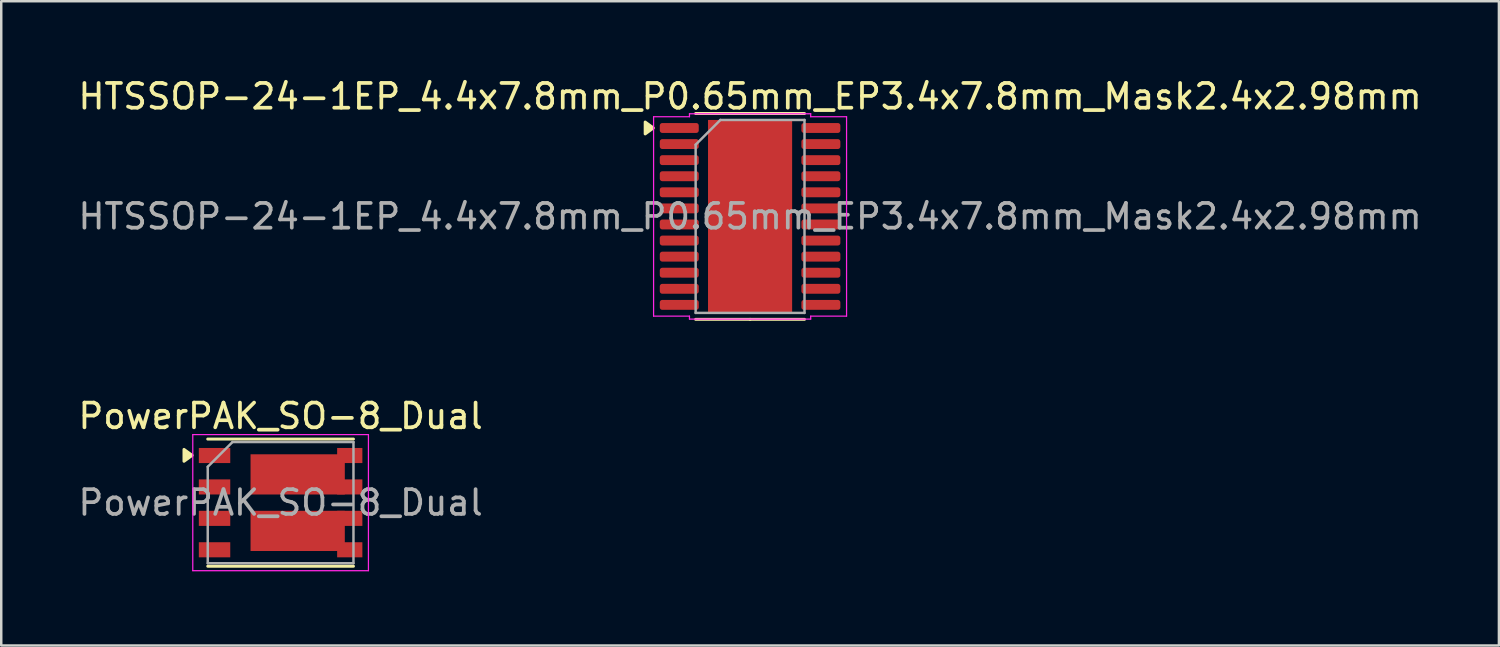
<source format=kicad_pcb>
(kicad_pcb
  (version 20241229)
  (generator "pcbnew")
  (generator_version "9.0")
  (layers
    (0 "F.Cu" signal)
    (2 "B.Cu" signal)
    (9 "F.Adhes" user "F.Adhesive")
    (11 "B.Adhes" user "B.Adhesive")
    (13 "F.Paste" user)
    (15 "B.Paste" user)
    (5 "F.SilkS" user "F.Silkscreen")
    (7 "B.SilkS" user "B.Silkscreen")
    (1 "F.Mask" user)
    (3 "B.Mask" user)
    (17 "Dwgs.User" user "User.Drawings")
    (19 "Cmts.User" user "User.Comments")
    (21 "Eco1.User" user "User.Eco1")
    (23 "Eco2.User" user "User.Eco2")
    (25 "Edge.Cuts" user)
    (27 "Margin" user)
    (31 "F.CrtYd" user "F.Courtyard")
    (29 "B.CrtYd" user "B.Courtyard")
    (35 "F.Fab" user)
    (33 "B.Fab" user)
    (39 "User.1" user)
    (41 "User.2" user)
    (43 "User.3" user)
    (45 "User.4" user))
  (footprint "PowerPAK_SO-8_Dual"
    (layer "F.Cu")
    (at 8.292 17.267)
    (property "Reference" "PowerPAK_SO-8_Dual" (at 0 -3.5 0) (layer "F.SilkS") (effects (font (size 1 1) (thickness 0.15))))
    (attr smd)
    (fp_line (start -2.945 -2.57) (end 2.945 -2.57) (stroke (width 0.12) (type solid)) (layer "F.SilkS"))
    (fp_line (start -2.945 2.57) (end 2.945 2.57) (stroke (width 0.12) (type solid)) (layer "F.SilkS"))
    (fp_poly (pts (xy -3.575 -1.912) (xy -3.905 -2.152) (xy -3.905 -1.672) (xy -3.575 -1.912)) (stroke (width 0.12) (type solid)) (fill yes) (layer "F.SilkS"))
    (fp_line (start -3.55 -2.75) (end -3.55 2.75) (stroke (width 0.05) (type solid)) (layer "F.CrtYd"))
    (fp_line (start -3.55 -2.75) (end 3.55 -2.75) (stroke (width 0.05) (type solid)) (layer "F.CrtYd"))
    (fp_line (start -3.55 2.75) (end 3.55 2.75) (stroke (width 0.05) (type solid)) (layer "F.CrtYd"))
    (fp_line (start 3.55 -2.75) (end 3.55 2.75) (stroke (width 0.05) (type solid)) (layer "F.CrtYd"))
    (fp_line (start -2.945 2.45) (end -2.945 -1.45) (stroke (width 0.1) (type solid)) (layer "F.Fab"))
    (fp_line (start -1.945 -2.45) (end -2.945 -1.45) (stroke (width 0.1) (type solid)) (layer "F.Fab"))
    (fp_line (start -1.945 -2.45) (end 2.945 -2.45) (stroke (width 0.1) (type solid)) (layer "F.Fab"))
    (fp_line (start 2.945 -2.45) (end 2.945 2.45) (stroke (width 0.1) (type solid)) (layer "F.Fab"))
    (fp_line (start 2.945 2.45) (end -2.945 2.45) (stroke (width 0.1) (type solid)) (layer "F.Fab"))
    (fp_text user "${REFERENCE}" (at 0 0 0) (layer "F.Fab") (effects (font (size 1 1) (thickness 0.15))))
    (pad "1" smd rect (at -2.67 -1.905) (size 1.27 0.61) (layers "F.Cu" "F.Mask" "F.Paste"))
    (pad "2" smd rect (at -2.67 -0.635) (size 1.27 0.61) (layers "F.Cu" "F.Mask" "F.Paste"))
    (pad "3" smd rect (at -2.67 0.635) (size 1.27 0.61) (layers "F.Cu" "F.Mask" "F.Paste"))
    (pad "4" smd rect (at -2.67 1.905) (size 1.27 0.61) (layers "F.Cu" "F.Mask" "F.Paste"))
    (pad "5" smd rect (at 0.69 -1.142) (size 3.81 1.625) (layers "F.Cu" "F.Mask" "F.Paste"))
    (pad "5" smd rect (at 2.795 -1.905) (size 1.02 0.61) (layers "F.Cu" "F.Mask" "F.Paste"))
    (pad "5" smd rect (at 2.795 -0.635) (size 1.02 0.61) (layers "F.Cu" "F.Mask" "F.Paste"))
    (pad "6" smd rect (at 0.69 1.142) (size 3.81 1.625) (layers "F.Cu" "F.Mask" "F.Paste"))
    (pad "6" smd rect (at 2.795 0.635) (size 1.02 0.61) (layers "F.Cu" "F.Mask" "F.Paste"))
    (pad "6" smd rect (at 2.795 1.905) (size 1.02 0.61) (layers "F.Cu" "F.Mask" "F.Paste")))
  (footprint "HTSSOP-24-1EP_4.4x7.8mm_P0.65mm_EP3.4x7.8mm_Mask2.4x2.98mm"
    (layer "F.Cu")
    (at 27.268 5.698)
    (property "Reference" "HTSSOP-24-1EP_4.4x7.8mm_P0.65mm_EP3.4x7.8mm_Mask2.4x2.98mm" (at 0 -4.85 0) (layer "F.SilkS") (effects (font (size 1 1) (thickness 0.15))))
    (attr smd)
    (fp_line (start 0 -4.16) (end -2.2 -4.16) (stroke (width 0.12) (type solid)) (layer "F.SilkS"))
    (fp_line (start 0 -4.16) (end 2.2 -4.16) (stroke (width 0.12) (type solid)) (layer "F.SilkS"))
    (fp_line (start 0 4.16) (end -2.2 4.16) (stroke (width 0.12) (type solid)) (layer "F.SilkS"))
    (fp_line (start 0 4.16) (end 2.2 4.16) (stroke (width 0.12) (type solid)) (layer "F.SilkS"))
    (fp_poly (pts (xy -3.91 -3.575) (xy -4.24 -3.335) (xy -4.24 -3.815)) (stroke (width 0.12) (type solid)) (fill yes) (layer "F.SilkS"))
    (fp_line (start -3.9 -4.03) (end -2.45 -4.03) (stroke (width 0.05) (type solid)) (layer "F.CrtYd"))
    (fp_line (start -3.9 4.03) (end -3.9 -4.03) (stroke (width 0.05) (type solid)) (layer "F.CrtYd"))
    (fp_line (start -2.45 -4.15) (end 2.45 -4.15) (stroke (width 0.05) (type solid)) (layer "F.CrtYd"))
    (fp_line (start -2.45 -4.03) (end -2.45 -4.15) (stroke (width 0.05) (type solid)) (layer "F.CrtYd"))
    (fp_line (start -2.45 4.03) (end -3.9 4.03) (stroke (width 0.05) (type solid)) (layer "F.CrtYd"))
    (fp_line (start -2.45 4.15) (end -2.45 4.03) (stroke (width 0.05) (type solid)) (layer "F.CrtYd"))
    (fp_line (start 2.45 -4.15) (end 2.45 -4.03) (stroke (width 0.05) (type solid)) (layer "F.CrtYd"))
    (fp_line (start 2.45 -4.03) (end 3.9 -4.03) (stroke (width 0.05) (type solid)) (layer "F.CrtYd"))
    (fp_line (start 2.45 4.03) (end 2.45 4.15) (stroke (width 0.05) (type solid)) (layer "F.CrtYd"))
    (fp_line (start 2.45 4.15) (end -2.45 4.15) (stroke (width 0.05) (type solid)) (layer "F.CrtYd"))
    (fp_line (start 3.9 -4.03) (end 3.9 4.03) (stroke (width 0.05) (type solid)) (layer "F.CrtYd"))
    (fp_line (start 3.9 4.03) (end 2.45 4.03) (stroke (width 0.05) (type solid)) (layer "F.CrtYd"))
    (fp_line (start -2.2 -2.9) (end -1.2 -3.9) (stroke (width 0.1) (type solid)) (layer "F.Fab"))
    (fp_line (start -2.2 3.9) (end -2.2 -2.9) (stroke (width 0.1) (type solid)) (layer "F.Fab"))
    (fp_line (start -1.2 -3.9) (end 2.2 -3.9) (stroke (width 0.1) (type solid)) (layer "F.Fab"))
    (fp_line (start 2.2 -3.9) (end 2.2 3.9) (stroke (width 0.1) (type solid)) (layer "F.Fab"))
    (fp_line (start 2.2 3.9) (end -2.2 3.9) (stroke (width 0.1) (type solid)) (layer "F.Fab"))
    (fp_text user "${REFERENCE}" (at 0 0 0) (layer "F.Fab") (effects (font (size 1 1) (thickness 0.15))))
    (pad "" smd roundrect (at -0.6 -0.745) (size 0.97 1.2) (layers "F.Paste") (roundrect_rratio 0.25))
    (pad "" smd roundrect (at -0.6 0.745) (size 0.97 1.2) (layers "F.Paste") (roundrect_rratio 0.25))
    (pad "" smd rect (at 0 0) (size 2.4 2.98) (layers "F.Mask"))
    (pad "" smd roundrect (at 0.6 -0.745) (size 0.97 1.2) (layers "F.Paste") (roundrect_rratio 0.25))
    (pad "" smd roundrect (at 0.6 0.745) (size 0.97 1.2) (layers "F.Paste") (roundrect_rratio 0.25))
    (pad "1" smd roundrect (at -2.862 -3.575) (size 1.575 0.4) (layers "F.Cu" "F.Mask" "F.Paste") (roundrect_rratio 0.25))
    (pad "2" smd roundrect (at -2.862 -2.925) (size 1.575 0.4) (layers "F.Cu" "F.Mask" "F.Paste") (roundrect_rratio 0.25))
    (pad "3" smd roundrect (at -2.862 -2.275) (size 1.575 0.4) (layers "F.Cu" "F.Mask" "F.Paste") (roundrect_rratio 0.25))
    (pad "4" smd roundrect (at -2.862 -1.625) (size 1.575 0.4) (layers "F.Cu" "F.Mask" "F.Paste") (roundrect_rratio 0.25))
    (pad "5" smd roundrect (at -2.862 -0.975) (size 1.575 0.4) (layers "F.Cu" "F.Mask" "F.Paste") (roundrect_rratio 0.25))
    (pad "6" smd roundrect (at -2.862 -0.325) (size 1.575 0.4) (layers "F.Cu" "F.Mask" "F.Paste") (roundrect_rratio 0.25))
    (pad "7" smd roundrect (at -2.862 0.325) (size 1.575 0.4) (layers "F.Cu" "F.Mask" "F.Paste") (roundrect_rratio 0.25))
    (pad "8" smd roundrect (at -2.862 0.975) (size 1.575 0.4) (layers "F.Cu" "F.Mask" "F.Paste") (roundrect_rratio 0.25))
    (pad "9" smd roundrect (at -2.862 1.625) (size 1.575 0.4) (layers "F.Cu" "F.Mask" "F.Paste") (roundrect_rratio 0.25))
    (pad "10" smd roundrect (at -2.862 2.275) (size 1.575 0.4) (layers "F.Cu" "F.Mask" "F.Paste") (roundrect_rratio 0.25))
    (pad "11" smd roundrect (at -2.862 2.925) (size 1.575 0.4) (layers "F.Cu" "F.Mask" "F.Paste") (roundrect_rratio 0.25))
    (pad "12" smd roundrect (at -2.862 3.575) (size 1.575 0.4) (layers "F.Cu" "F.Mask" "F.Paste") (roundrect_rratio 0.25))
    (pad "13" smd roundrect (at 2.862 3.575) (size 1.575 0.4) (layers "F.Cu" "F.Mask" "F.Paste") (roundrect_rratio 0.25))
    (pad "14" smd roundrect (at 2.862 2.925) (size 1.575 0.4) (layers "F.Cu" "F.Mask" "F.Paste") (roundrect_rratio 0.25))
    (pad "15" smd roundrect (at 2.862 2.275) (size 1.575 0.4) (layers "F.Cu" "F.Mask" "F.Paste") (roundrect_rratio 0.25))
    (pad "16" smd roundrect (at 2.862 1.625) (size 1.575 0.4) (layers "F.Cu" "F.Mask" "F.Paste") (roundrect_rratio 0.25))
    (pad "17" smd roundrect (at 2.862 0.975) (size 1.575 0.4) (layers "F.Cu" "F.Mask" "F.Paste") (roundrect_rratio 0.25))
    (pad "18" smd roundrect (at 2.862 0.325) (size 1.575 0.4) (layers "F.Cu" "F.Mask" "F.Paste") (roundrect_rratio 0.25))
    (pad "19" smd roundrect (at 2.862 -0.325) (size 1.575 0.4) (layers "F.Cu" "F.Mask" "F.Paste") (roundrect_rratio 0.25))
    (pad "20" smd roundrect (at 2.862 -0.975) (size 1.575 0.4) (layers "F.Cu" "F.Mask" "F.Paste") (roundrect_rratio 0.25))
    (pad "21" smd roundrect (at 2.862 -1.625) (size 1.575 0.4) (layers "F.Cu" "F.Mask" "F.Paste") (roundrect_rratio 0.25))
    (pad "22" smd roundrect (at 2.862 -2.275) (size 1.575 0.4) (layers "F.Cu" "F.Mask" "F.Paste") (roundrect_rratio 0.25))
    (pad "23" smd roundrect (at 2.862 -2.925) (size 1.575 0.4) (layers "F.Cu" "F.Mask" "F.Paste") (roundrect_rratio 0.25))
    (pad "24" smd roundrect (at 2.862 -3.575) (size 1.575 0.4) (layers "F.Cu" "F.Mask" "F.Paste") (roundrect_rratio 0.25))
    (pad "25" smd rect (at 0 0) (size 3.4 7.8) (property pad_prop_heatsink) (layers "F.Cu")))
  (gr_rect
    (start -3 -3)
    (end 57.536 23.041)
    (stroke (width 0.1) (type default))
    (fill no)
    (layer "Edge.Cuts")))
</source>
